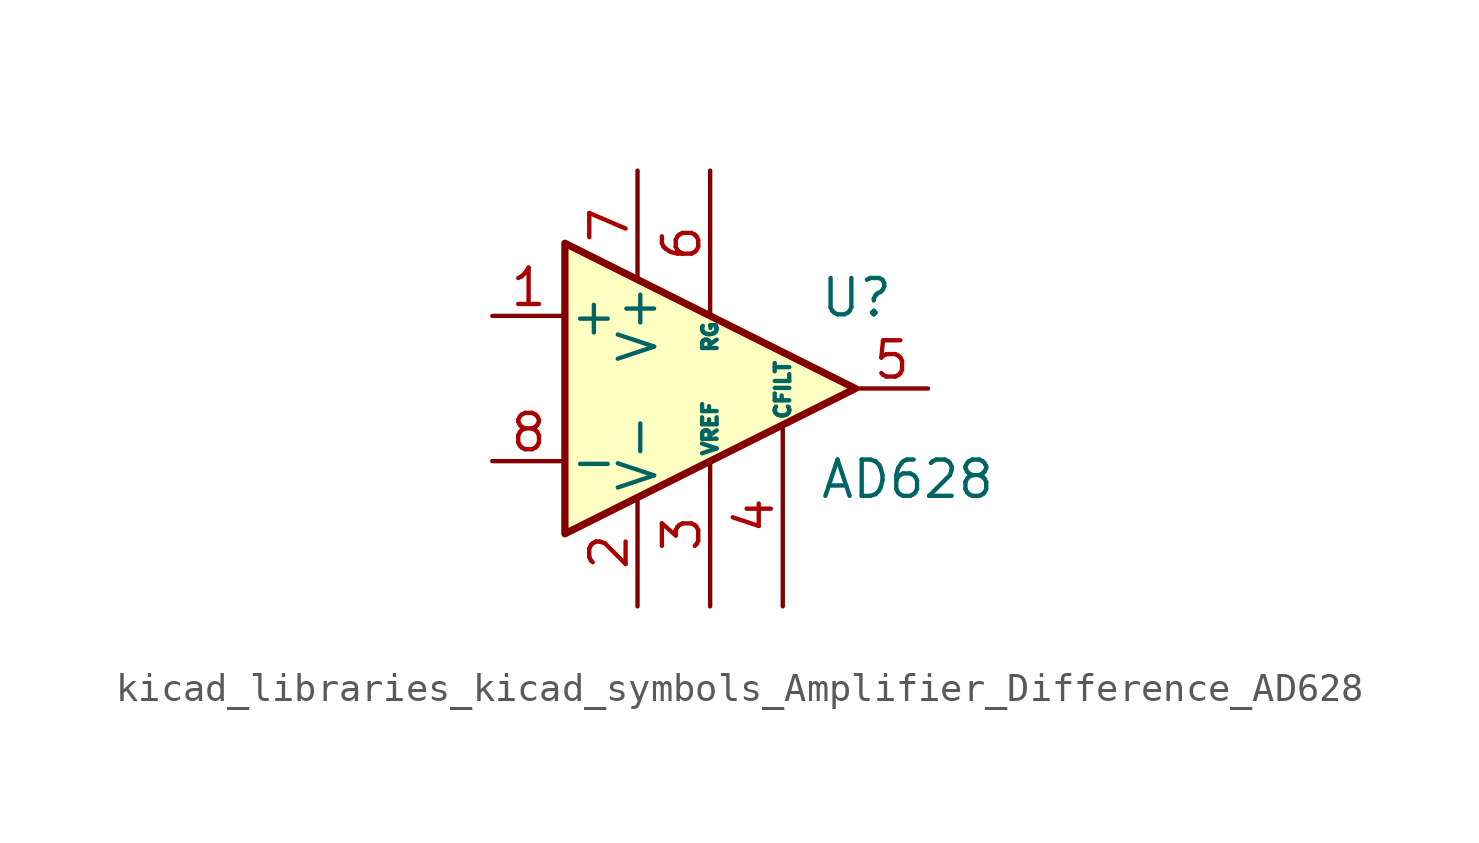
<source format=kicad_sym>
(kicad_symbol_lib
  (version 20220914)
  (generator kicad_symbol_editor)
  (symbol "kicad_libraries_kicad_symbols_Amplifier_Difference_AD628"
    (pin_names
      (offset 0.127))
    (property "Reference" "U"
      (at 3.81 3.175 0)
      (effects (font (size 1.27 1.27)) (justify left)))
    (property "Value" "AD628"
      (at 3.81 -3.175 0)
      (effects (font (size 1.27 1.27)) (justify left)))
    (symbol "kicad_libraries_kicad_symbols_Amplifier_Difference_AD628_0_1"
      (polyline (pts (xy 5.08 0) (xy -5.08 5.08) (xy -5.08 -5.08) (xy 5.08 0)) (stroke (width 0.254) (type default)) (fill (type background))))
    (symbol "kicad_libraries_kicad_symbols_Amplifier_Difference_AD628_1_1"
      (pin input line (at -7.62 2.54 0) (length 2.54) (name "+" (effects (font (size 1.27 1.27)))) (number "1" (effects (font (size 1.27 1.27)))))
      (pin power_in line (at -2.54 -7.62 90) (length 3.81) (name "V-" (effects (font (size 1.27 1.27)))) (number "2" (effects (font (size 1.27 1.27)))))
      (pin passive line (at 0 -7.62 90) (length 5.08) (name "VREF" (effects (font (size 0.508 0.508)))) (number "3" (effects (font (size 1.27 1.27)))))
      (pin passive line (at 2.54 -7.62 90) (length 6.35) (name "CFILT" (effects (font (size 0.508 0.508)))) (number "4" (effects (font (size 1.27 1.27)))))
      (pin output line (at 7.62 0 180) (length 2.54) (name "~" (effects (font (size 1.27 1.27)))) (number "5" (effects (font (size 1.27 1.27)))))
      (pin passive line (at 0 7.62 270) (length 5.08) (name "RG" (effects (font (size 0.508 0.508)))) (number "6" (effects (font (size 1.27 1.27)))))
      (pin power_in line (at -2.54 7.62 270) (length 3.81) (name "V+" (effects (font (size 1.27 1.27)))) (number "7" (effects (font (size 1.27 1.27)))))
      (pin input line (at -7.62 -2.54 0) (length 2.54) (name "-" (effects (font (size 1.27 1.27)))) (number "8" (effects (font (size 1.27 1.27))))))))
</source>
